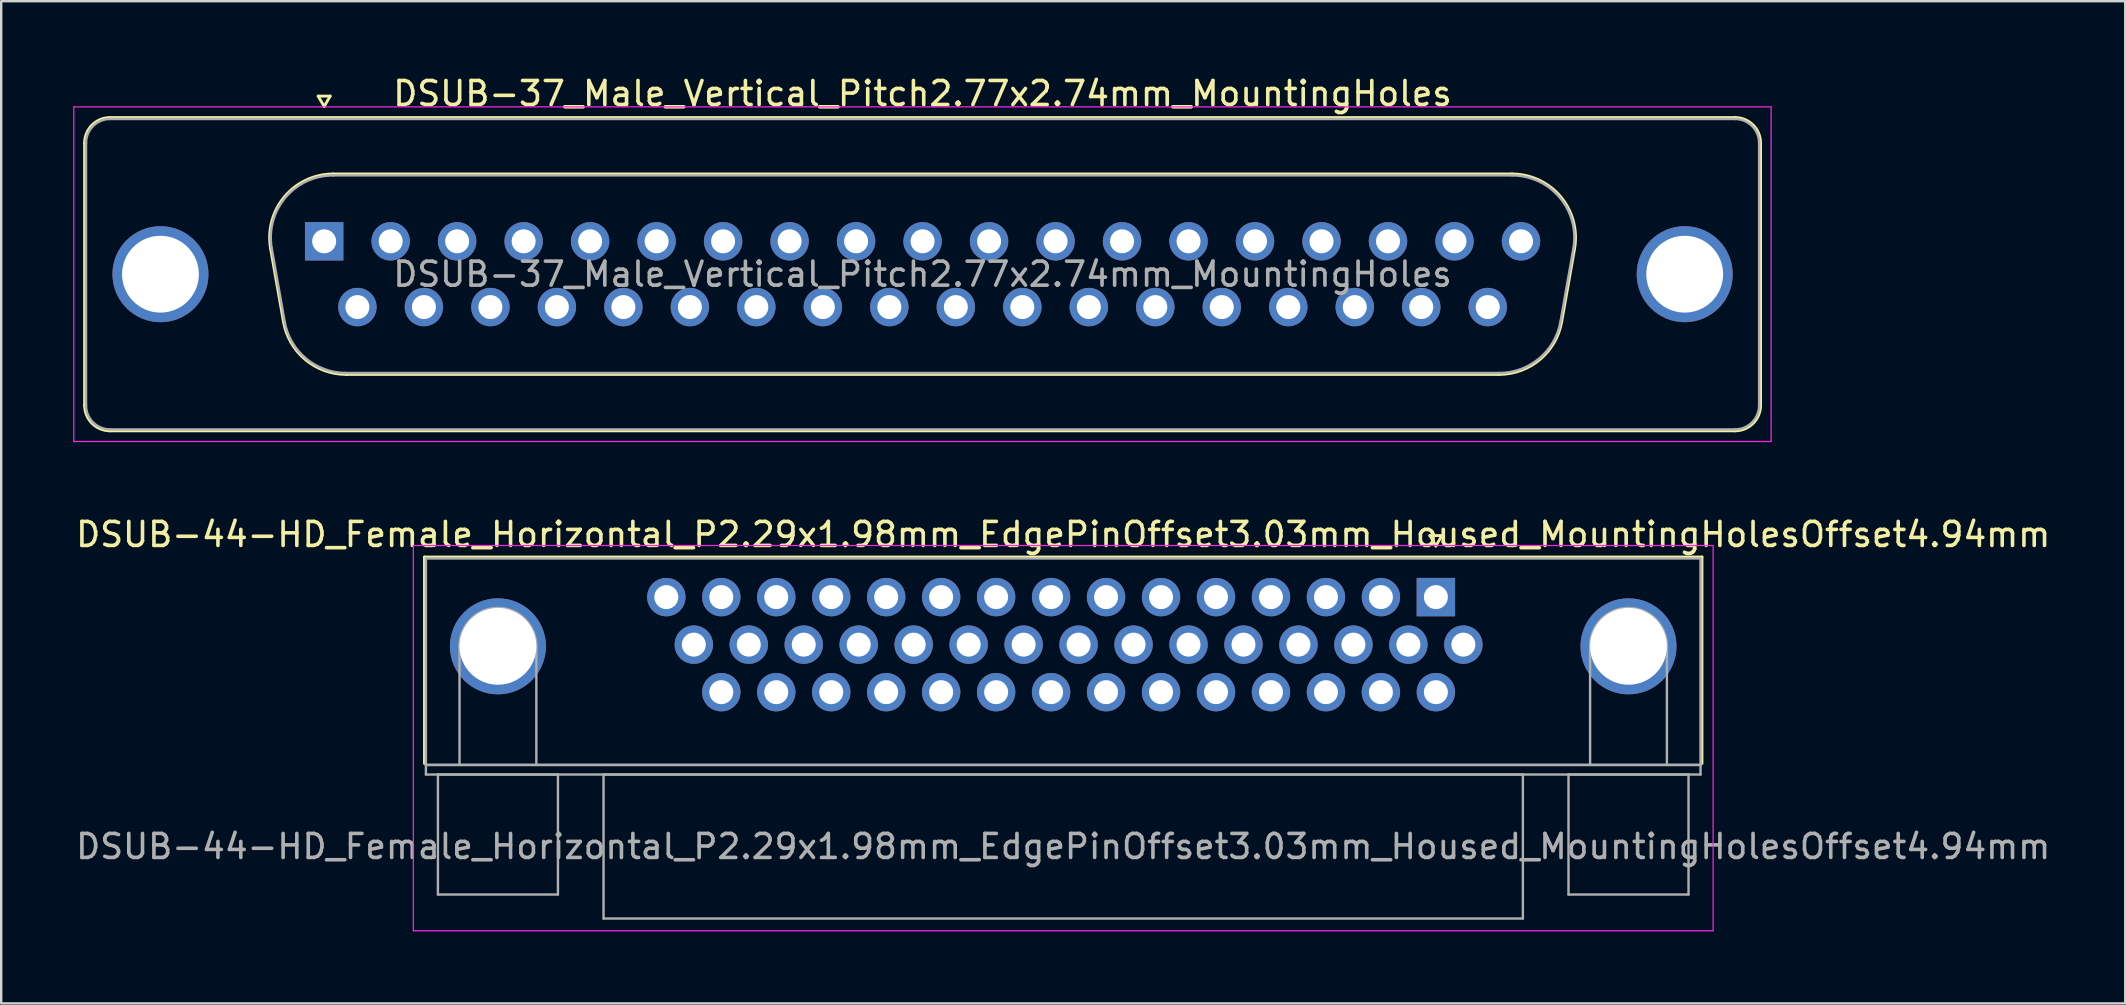
<source format=kicad_pcb>
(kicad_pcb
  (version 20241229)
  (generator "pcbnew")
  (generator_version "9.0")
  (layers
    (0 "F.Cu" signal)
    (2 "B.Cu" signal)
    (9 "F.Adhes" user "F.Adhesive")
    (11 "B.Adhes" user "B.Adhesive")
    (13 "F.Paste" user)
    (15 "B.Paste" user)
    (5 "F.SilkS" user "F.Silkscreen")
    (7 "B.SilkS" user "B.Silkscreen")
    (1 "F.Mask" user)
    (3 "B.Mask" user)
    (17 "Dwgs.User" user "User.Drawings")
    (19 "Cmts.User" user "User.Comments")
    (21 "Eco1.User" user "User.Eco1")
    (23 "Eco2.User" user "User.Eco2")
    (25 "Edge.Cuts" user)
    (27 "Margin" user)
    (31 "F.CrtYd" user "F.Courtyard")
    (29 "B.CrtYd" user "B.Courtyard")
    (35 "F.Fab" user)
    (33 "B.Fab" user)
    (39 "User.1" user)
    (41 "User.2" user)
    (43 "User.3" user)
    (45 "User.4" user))
  (footprint "DSUB-37_Male_Vertical_Pitch2.77x2.74mm_MountingHoles"
    (layer "F.Cu")
    (at 10.455 7.003)
    (property "Reference" "DSUB-37_Male_Vertical_Pitch2.77x2.74mm_MountingHoles" (at 24.93 -6.155 0) (layer "F.SilkS") (effects (font (size 1 1) (thickness 0.15))))
    (attr through_hole)
    (fp_line (start -9.98 6.835) (end -9.98 -4.095) (stroke (width 0.12) (type solid)) (layer "F.SilkS"))
    (fp_line (start -8.92 -5.155) (end 58.78 -5.155) (stroke (width 0.12) (type solid)) (layer "F.SilkS"))
    (fp_line (start -2.232 0.305) (end -1.694 3.355) (stroke (width 0.12) (type solid)) (layer "F.SilkS"))
    (fp_line (start -0.25 -6.049) (end 0.25 -6.049) (stroke (width 0.12) (type solid)) (layer "F.SilkS"))
    (fp_line (start 0 -5.616) (end -0.25 -6.049) (stroke (width 0.12) (type solid)) (layer "F.SilkS"))
    (fp_line (start 0.25 -6.049) (end 0 -5.616) (stroke (width 0.12) (type solid)) (layer "F.SilkS"))
    (fp_line (start 0.378 -2.805) (end 49.482 -2.805) (stroke (width 0.12) (type solid)) (layer "F.SilkS"))
    (fp_line (start 0.916 5.545) (end 48.944 5.545) (stroke (width 0.12) (type solid)) (layer "F.SilkS"))
    (fp_line (start 52.092 0.305) (end 51.554 3.355) (stroke (width 0.12) (type solid)) (layer "F.SilkS"))
    (fp_line (start 58.78 7.895) (end -8.92 7.895) (stroke (width 0.12) (type solid)) (layer "F.SilkS"))
    (fp_line (start 59.84 -4.095) (end 59.84 6.835) (stroke (width 0.12) (type solid)) (layer "F.SilkS"))
    (fp_arc (start -9.98 -4.095) (mid -9.669533 -4.844533) (end -8.92 -5.155) (stroke (width 0.12) (type solid)) (layer "F.SilkS"))
    (fp_arc (start -8.92 7.895) (mid -9.669533 7.584533) (end -9.98 6.835) (stroke (width 0.12) (type solid)) (layer "F.SilkS"))
    (fp_arc (start -2.231594 0.305168) (mid -1.651871 -1.858387) (end 0.378147 -2.805) (stroke (width 0.12) (type solid)) (layer "F.SilkS"))
    (fp_arc (start 0.915944 5.545) (mid -0.787443 4.925018) (end -1.693797 3.355168) (stroke (width 0.12) (type solid)) (layer "F.SilkS"))
    (fp_arc (start 49.481853 -2.805) (mid 51.511871 -1.858387) (end 52.091594 0.305168) (stroke (width 0.12) (type solid)) (layer "F.SilkS"))
    (fp_arc (start 51.553797 3.355168) (mid 50.647443 4.925018) (end 48.944056 5.545) (stroke (width 0.12) (type solid)) (layer "F.SilkS"))
    (fp_arc (start 58.78 -5.155) (mid 59.529533 -4.844533) (end 59.84 -4.095) (stroke (width 0.12) (type solid)) (layer "F.SilkS"))
    (fp_arc (start 59.84 6.835) (mid 59.529533 7.584533) (end 58.78 7.895) (stroke (width 0.12) (type solid)) (layer "F.SilkS"))
    (fp_line (start -10.43 -5.6) (end -10.43 8.34) (stroke (width 0.05) (type solid)) (layer "F.CrtYd"))
    (fp_line (start -10.43 8.34) (end 60.28 8.34) (stroke (width 0.05) (type solid)) (layer "F.CrtYd"))
    (fp_line (start 60.28 -5.6) (end -10.43 -5.6) (stroke (width 0.05) (type solid)) (layer "F.CrtYd"))
    (fp_line (start 60.28 8.34) (end 60.28 -5.6) (stroke (width 0.05) (type solid)) (layer "F.CrtYd"))
    (fp_line (start -9.92 6.835) (end -9.92 -4.095) (stroke (width 0.1) (type solid)) (layer "F.Fab"))
    (fp_line (start -8.92 -5.095) (end 58.78 -5.095) (stroke (width 0.1) (type solid)) (layer "F.Fab"))
    (fp_line (start -2.184 0.295) (end -1.646 3.345) (stroke (width 0.1) (type solid)) (layer "F.Fab"))
    (fp_line (start 0.367 -2.745) (end 49.493 -2.745) (stroke (width 0.1) (type solid)) (layer "F.Fab"))
    (fp_line (start 0.904 5.485) (end 48.956 5.485) (stroke (width 0.1) (type solid)) (layer "F.Fab"))
    (fp_line (start 52.044 0.295) (end 51.506 3.345) (stroke (width 0.1) (type solid)) (layer "F.Fab"))
    (fp_line (start 58.78 7.835) (end -8.92 7.835) (stroke (width 0.1) (type solid)) (layer "F.Fab"))
    (fp_line (start 59.78 -4.095) (end 59.78 6.835) (stroke (width 0.1) (type solid)) (layer "F.Fab"))
    (fp_arc (start -9.92 -4.095) (mid -9.627107 -4.802107) (end -8.92 -5.095) (stroke (width 0.1) (type solid)) (layer "F.Fab"))
    (fp_arc (start -8.92 7.835) (mid -9.627107 7.542107) (end -9.92 6.835) (stroke (width 0.1) (type solid)) (layer "F.Fab"))
    (fp_arc (start -2.18401 0.294749) (mid -1.617413 -1.81982) (end 0.366642 -2.745) (stroke (width 0.1) (type solid)) (layer "F.Fab"))
    (fp_arc (start 0.904439 5.485) (mid -0.760381 4.879055) (end -1.646213 3.344749) (stroke (width 0.1) (type solid)) (layer "F.Fab"))
    (fp_arc (start 49.493358 -2.745) (mid 51.477413 -1.81982) (end 52.04401 0.294749) (stroke (width 0.1) (type solid)) (layer "F.Fab"))
    (fp_arc (start 51.506213 3.344749) (mid 50.620381 4.879055) (end 48.955561 5.485) (stroke (width 0.1) (type solid)) (layer "F.Fab"))
    (fp_arc (start 58.78 -5.095) (mid 59.487107 -4.802107) (end 59.78 -4.095) (stroke (width 0.1) (type solid)) (layer "F.Fab"))
    (fp_arc (start 59.78 6.835) (mid 59.487107 7.542107) (end 58.78 7.835) (stroke (width 0.1) (type solid)) (layer "F.Fab"))
    (fp_text user "${REFERENCE}" (at 24.93 1.37 0) (layer "F.Fab") (effects (font (size 1 1) (thickness 0.15))))
    (pad "0" thru_hole circle (at -6.82 1.37) (size 4 4) (drill 3.2) (layers "*.Cu" "*.Mask"))
    (pad "0" thru_hole circle (at 56.68 1.37) (size 4 4) (drill 3.2) (layers "*.Cu" "*.Mask"))
    (pad "1" thru_hole rect (at 0 0) (size 1.6 1.6) (drill 1) (layers "*.Cu" "*.Mask"))
    (pad "2" thru_hole circle (at 2.77 0) (size 1.6 1.6) (drill 1) (layers "*.Cu" "*.Mask"))
    (pad "3" thru_hole circle (at 5.54 0) (size 1.6 1.6) (drill 1) (layers "*.Cu" "*.Mask"))
    (pad "4" thru_hole circle (at 8.31 0) (size 1.6 1.6) (drill 1) (layers "*.Cu" "*.Mask"))
    (pad "5" thru_hole circle (at 11.08 0) (size 1.6 1.6) (drill 1) (layers "*.Cu" "*.Mask"))
    (pad "6" thru_hole circle (at 13.85 0) (size 1.6 1.6) (drill 1) (layers "*.Cu" "*.Mask"))
    (pad "7" thru_hole circle (at 16.62 0) (size 1.6 1.6) (drill 1) (layers "*.Cu" "*.Mask"))
    (pad "8" thru_hole circle (at 19.39 0) (size 1.6 1.6) (drill 1) (layers "*.Cu" "*.Mask"))
    (pad "9" thru_hole circle (at 22.16 0) (size 1.6 1.6) (drill 1) (layers "*.Cu" "*.Mask"))
    (pad "10" thru_hole circle (at 24.93 0) (size 1.6 1.6) (drill 1) (layers "*.Cu" "*.Mask"))
    (pad "11" thru_hole circle (at 27.7 0) (size 1.6 1.6) (drill 1) (layers "*.Cu" "*.Mask"))
    (pad "12" thru_hole circle (at 30.47 0) (size 1.6 1.6) (drill 1) (layers "*.Cu" "*.Mask"))
    (pad "13" thru_hole circle (at 33.24 0) (size 1.6 1.6) (drill 1) (layers "*.Cu" "*.Mask"))
    (pad "14" thru_hole circle (at 36.01 0) (size 1.6 1.6) (drill 1) (layers "*.Cu" "*.Mask"))
    (pad "15" thru_hole circle (at 38.78 0) (size 1.6 1.6) (drill 1) (layers "*.Cu" "*.Mask"))
    (pad "16" thru_hole circle (at 41.55 0) (size 1.6 1.6) (drill 1) (layers "*.Cu" "*.Mask"))
    (pad "17" thru_hole circle (at 44.32 0) (size 1.6 1.6) (drill 1) (layers "*.Cu" "*.Mask"))
    (pad "18" thru_hole circle (at 47.09 0) (size 1.6 1.6) (drill 1) (layers "*.Cu" "*.Mask"))
    (pad "19" thru_hole circle (at 49.86 0) (size 1.6 1.6) (drill 1) (layers "*.Cu" "*.Mask"))
    (pad "20" thru_hole circle (at 1.385 2.74) (size 1.6 1.6) (drill 1) (layers "*.Cu" "*.Mask"))
    (pad "21" thru_hole circle (at 4.155 2.74) (size 1.6 1.6) (drill 1) (layers "*.Cu" "*.Mask"))
    (pad "22" thru_hole circle (at 6.925 2.74) (size 1.6 1.6) (drill 1) (layers "*.Cu" "*.Mask"))
    (pad "23" thru_hole circle (at 9.695 2.74) (size 1.6 1.6) (drill 1) (layers "*.Cu" "*.Mask"))
    (pad "24" thru_hole circle (at 12.465 2.74) (size 1.6 1.6) (drill 1) (layers "*.Cu" "*.Mask"))
    (pad "25" thru_hole circle (at 15.235 2.74) (size 1.6 1.6) (drill 1) (layers "*.Cu" "*.Mask"))
    (pad "26" thru_hole circle (at 18.005 2.74) (size 1.6 1.6) (drill 1) (layers "*.Cu" "*.Mask"))
    (pad "27" thru_hole circle (at 20.775 2.74) (size 1.6 1.6) (drill 1) (layers "*.Cu" "*.Mask"))
    (pad "28" thru_hole circle (at 23.545 2.74) (size 1.6 1.6) (drill 1) (layers "*.Cu" "*.Mask"))
    (pad "29" thru_hole circle (at 26.315 2.74) (size 1.6 1.6) (drill 1) (layers "*.Cu" "*.Mask"))
    (pad "30" thru_hole circle (at 29.085 2.74) (size 1.6 1.6) (drill 1) (layers "*.Cu" "*.Mask"))
    (pad "31" thru_hole circle (at 31.855 2.74) (size 1.6 1.6) (drill 1) (layers "*.Cu" "*.Mask"))
    (pad "32" thru_hole circle (at 34.625 2.74) (size 1.6 1.6) (drill 1) (layers "*.Cu" "*.Mask"))
    (pad "33" thru_hole circle (at 37.395 2.74) (size 1.6 1.6) (drill 1) (layers "*.Cu" "*.Mask"))
    (pad "34" thru_hole circle (at 40.165 2.74) (size 1.6 1.6) (drill 1) (layers "*.Cu" "*.Mask"))
    (pad "35" thru_hole circle (at 42.935 2.74) (size 1.6 1.6) (drill 1) (layers "*.Cu" "*.Mask"))
    (pad "36" thru_hole circle (at 45.705 2.74) (size 1.6 1.6) (drill 1) (layers "*.Cu" "*.Mask"))
    (pad "37" thru_hole circle (at 48.475 2.74) (size 1.6 1.6) (drill 1) (layers "*.Cu" "*.Mask")))
  (footprint "DSUB-44-HD_Female_Horizontal_P2.29x1.98mm_EdgePinOffset3.03mm_Housed_MountingHolesOffset4.94mm"
    (layer "F.Cu")
    (at 56.769 21.826)
    (property "Reference" "DSUB-44-HD_Female_Horizontal_P2.29x1.98mm_EdgePinOffset3.03mm_Housed_MountingHolesOffset4.94mm" (at -15.525 -2.61 0) (layer "F.SilkS") (effects (font (size 1 1) (thickness 0.15))))
    (attr through_hole)
    (fp_line (start -42.135 -1.67) (end 11.085 -1.67) (stroke (width 0.12) (type solid)) (layer "F.SilkS"))
    (fp_line (start -42.135 6.93) (end -42.135 -1.67) (stroke (width 0.12) (type solid)) (layer "F.SilkS"))
    (fp_line (start -0.25 -2.564) (end 0.25 -2.564) (stroke (width 0.12) (type solid)) (layer "F.SilkS"))
    (fp_line (start 0 -2.131) (end -0.25 -2.564) (stroke (width 0.12) (type solid)) (layer "F.SilkS"))
    (fp_line (start 0.25 -2.564) (end 0 -2.131) (stroke (width 0.12) (type solid)) (layer "F.SilkS"))
    (fp_line (start 11.085 -1.67) (end 11.085 6.93) (stroke (width 0.12) (type solid)) (layer "F.SilkS"))
    (fp_line (start -42.6 -2.15) (end -42.6 13.9) (stroke (width 0.05) (type solid)) (layer "F.CrtYd"))
    (fp_line (start -42.6 13.9) (end 11.55 13.9) (stroke (width 0.05) (type solid)) (layer "F.CrtYd"))
    (fp_line (start 11.55 -2.15) (end -42.6 -2.15) (stroke (width 0.05) (type solid)) (layer "F.CrtYd"))
    (fp_line (start 11.55 13.9) (end 11.55 -2.15) (stroke (width 0.05) (type solid)) (layer "F.CrtYd"))
    (fp_line (start -42.075 -1.61) (end -42.075 6.99) (stroke (width 0.1) (type solid)) (layer "F.Fab"))
    (fp_line (start -42.075 6.99) (end -42.075 7.39) (stroke (width 0.1) (type solid)) (layer "F.Fab"))
    (fp_line (start -42.075 6.99) (end 11.025 6.99) (stroke (width 0.1) (type solid)) (layer "F.Fab"))
    (fp_line (start -42.075 7.39) (end 11.025 7.39) (stroke (width 0.1) (type solid)) (layer "F.Fab"))
    (fp_line (start -41.575 7.39) (end -41.575 12.39) (stroke (width 0.1) (type solid)) (layer "F.Fab"))
    (fp_line (start -41.575 12.39) (end -36.575 12.39) (stroke (width 0.1) (type solid)) (layer "F.Fab"))
    (fp_line (start -40.675 6.99) (end -40.675 2.05) (stroke (width 0.1) (type solid)) (layer "F.Fab"))
    (fp_line (start -37.475 6.99) (end -37.475 2.05) (stroke (width 0.1) (type solid)) (layer "F.Fab"))
    (fp_line (start -36.575 7.39) (end -41.575 7.39) (stroke (width 0.1) (type solid)) (layer "F.Fab"))
    (fp_line (start -36.575 12.39) (end -36.575 7.39) (stroke (width 0.1) (type solid)) (layer "F.Fab"))
    (fp_line (start -34.675 7.39) (end -34.675 13.39) (stroke (width 0.1) (type solid)) (layer "F.Fab"))
    (fp_line (start -34.675 13.39) (end 3.625 13.39) (stroke (width 0.1) (type solid)) (layer "F.Fab"))
    (fp_line (start 3.625 7.39) (end -34.675 7.39) (stroke (width 0.1) (type solid)) (layer "F.Fab"))
    (fp_line (start 3.625 13.39) (end 3.625 7.39) (stroke (width 0.1) (type solid)) (layer "F.Fab"))
    (fp_line (start 5.525 7.39) (end 5.525 12.39) (stroke (width 0.1) (type solid)) (layer "F.Fab"))
    (fp_line (start 5.525 12.39) (end 10.525 12.39) (stroke (width 0.1) (type solid)) (layer "F.Fab"))
    (fp_line (start 6.425 6.99) (end 6.425 2.05) (stroke (width 0.1) (type solid)) (layer "F.Fab"))
    (fp_line (start 9.625 6.99) (end 9.625 2.05) (stroke (width 0.1) (type solid)) (layer "F.Fab"))
    (fp_line (start 10.525 7.39) (end 5.525 7.39) (stroke (width 0.1) (type solid)) (layer "F.Fab"))
    (fp_line (start 10.525 12.39) (end 10.525 7.39) (stroke (width 0.1) (type solid)) (layer "F.Fab"))
    (fp_line (start 11.025 -1.61) (end -42.075 -1.61) (stroke (width 0.1) (type solid)) (layer "F.Fab"))
    (fp_line (start 11.025 6.99) (end -42.075 6.99) (stroke (width 0.1) (type solid)) (layer "F.Fab"))
    (fp_line (start 11.025 6.99) (end 11.025 -1.61) (stroke (width 0.1) (type solid)) (layer "F.Fab"))
    (fp_line (start 11.025 7.39) (end 11.025 6.99) (stroke (width 0.1) (type solid)) (layer "F.Fab"))
    (fp_arc (start -40.675 2.05) (mid -39.075 0.45) (end -37.475 2.05) (stroke (width 0.1) (type solid)) (layer "F.Fab"))
    (fp_arc (start 6.425 2.05) (mid 8.025 0.45) (end 9.625 2.05) (stroke (width 0.1) (type solid)) (layer "F.Fab"))
    (fp_text user "${REFERENCE}" (at -15.525 10.39 0) (layer "F.Fab") (effects (font (size 1 1) (thickness 0.15))))
    (pad "0" thru_hole circle (at -39.075 2.05) (size 4 4) (drill 3.2) (layers "*.Cu" "*.Mask"))
    (pad "0" thru_hole circle (at 8.025 2.05) (size 4 4) (drill 3.2) (layers "*.Cu" "*.Mask"))
    (pad "1" thru_hole rect (at 0 0) (size 1.6 1.6) (drill 1) (layers "*.Cu" "*.Mask"))
    (pad "2" thru_hole circle (at -2.29 0) (size 1.6 1.6) (drill 1) (layers "*.Cu" "*.Mask"))
    (pad "3" thru_hole circle (at -4.58 0) (size 1.6 1.6) (drill 1) (layers "*.Cu" "*.Mask"))
    (pad "4" thru_hole circle (at -6.87 0) (size 1.6 1.6) (drill 1) (layers "*.Cu" "*.Mask"))
    (pad "5" thru_hole circle (at -9.16 0) (size 1.6 1.6) (drill 1) (layers "*.Cu" "*.Mask"))
    (pad "6" thru_hole circle (at -11.45 0) (size 1.6 1.6) (drill 1) (layers "*.Cu" "*.Mask"))
    (pad "7" thru_hole circle (at -13.74 0) (size 1.6 1.6) (drill 1) (layers "*.Cu" "*.Mask"))
    (pad "8" thru_hole circle (at -16.03 0) (size 1.6 1.6) (drill 1) (layers "*.Cu" "*.Mask"))
    (pad "9" thru_hole circle (at -18.32 0) (size 1.6 1.6) (drill 1) (layers "*.Cu" "*.Mask"))
    (pad "10" thru_hole circle (at -20.61 0) (size 1.6 1.6) (drill 1) (layers "*.Cu" "*.Mask"))
    (pad "11" thru_hole circle (at -22.9 0) (size 1.6 1.6) (drill 1) (layers "*.Cu" "*.Mask"))
    (pad "12" thru_hole circle (at -25.19 0) (size 1.6 1.6) (drill 1) (layers "*.Cu" "*.Mask"))
    (pad "13" thru_hole circle (at -27.48 0) (size 1.6 1.6) (drill 1) (layers "*.Cu" "*.Mask"))
    (pad "14" thru_hole circle (at -29.77 0) (size 1.6 1.6) (drill 1) (layers "*.Cu" "*.Mask"))
    (pad "15" thru_hole circle (at -32.06 0) (size 1.6 1.6) (drill 1) (layers "*.Cu" "*.Mask"))
    (pad "16" thru_hole circle (at 1.145 1.98) (size 1.6 1.6) (drill 1) (layers "*.Cu" "*.Mask"))
    (pad "17" thru_hole circle (at -1.145 1.98) (size 1.6 1.6) (drill 1) (layers "*.Cu" "*.Mask"))
    (pad "18" thru_hole circle (at -3.435 1.98) (size 1.6 1.6) (drill 1) (layers "*.Cu" "*.Mask"))
    (pad "19" thru_hole circle (at -5.725 1.98) (size 1.6 1.6) (drill 1) (layers "*.Cu" "*.Mask"))
    (pad "20" thru_hole circle (at -8.015 1.98) (size 1.6 1.6) (drill 1) (layers "*.Cu" "*.Mask"))
    (pad "21" thru_hole circle (at -10.305 1.98) (size 1.6 1.6) (drill 1) (layers "*.Cu" "*.Mask"))
    (pad "22" thru_hole circle (at -12.595 1.98) (size 1.6 1.6) (drill 1) (layers "*.Cu" "*.Mask"))
    (pad "23" thru_hole circle (at -14.885 1.98) (size 1.6 1.6) (drill 1) (layers "*.Cu" "*.Mask"))
    (pad "24" thru_hole circle (at -17.175 1.98) (size 1.6 1.6) (drill 1) (layers "*.Cu" "*.Mask"))
    (pad "25" thru_hole circle (at -19.465 1.98) (size 1.6 1.6) (drill 1) (layers "*.Cu" "*.Mask"))
    (pad "26" thru_hole circle (at -21.755 1.98) (size 1.6 1.6) (drill 1) (layers "*.Cu" "*.Mask"))
    (pad "27" thru_hole circle (at -24.045 1.98) (size 1.6 1.6) (drill 1) (layers "*.Cu" "*.Mask"))
    (pad "28" thru_hole circle (at -26.335 1.98) (size 1.6 1.6) (drill 1) (layers "*.Cu" "*.Mask"))
    (pad "29" thru_hole circle (at -28.625 1.98) (size 1.6 1.6) (drill 1) (layers "*.Cu" "*.Mask"))
    (pad "30" thru_hole circle (at -30.915 1.98) (size 1.6 1.6) (drill 1) (layers "*.Cu" "*.Mask"))
    (pad "31" thru_hole circle (at 0 3.96) (size 1.6 1.6) (drill 1) (layers "*.Cu" "*.Mask"))
    (pad "32" thru_hole circle (at -2.29 3.96) (size 1.6 1.6) (drill 1) (layers "*.Cu" "*.Mask"))
    (pad "33" thru_hole circle (at -4.58 3.96) (size 1.6 1.6) (drill 1) (layers "*.Cu" "*.Mask"))
    (pad "34" thru_hole circle (at -6.87 3.96) (size 1.6 1.6) (drill 1) (layers "*.Cu" "*.Mask"))
    (pad "35" thru_hole circle (at -9.16 3.96) (size 1.6 1.6) (drill 1) (layers "*.Cu" "*.Mask"))
    (pad "36" thru_hole circle (at -11.45 3.96) (size 1.6 1.6) (drill 1) (layers "*.Cu" "*.Mask"))
    (pad "37" thru_hole circle (at -13.74 3.96) (size 1.6 1.6) (drill 1) (layers "*.Cu" "*.Mask"))
    (pad "38" thru_hole circle (at -16.03 3.96) (size 1.6 1.6) (drill 1) (layers "*.Cu" "*.Mask"))
    (pad "39" thru_hole circle (at -18.32 3.96) (size 1.6 1.6) (drill 1) (layers "*.Cu" "*.Mask"))
    (pad "40" thru_hole circle (at -20.61 3.96) (size 1.6 1.6) (drill 1) (layers "*.Cu" "*.Mask"))
    (pad "41" thru_hole circle (at -22.9 3.96) (size 1.6 1.6) (drill 1) (layers "*.Cu" "*.Mask"))
    (pad "42" thru_hole circle (at -25.19 3.96) (size 1.6 1.6) (drill 1) (layers "*.Cu" "*.Mask"))
    (pad "43" thru_hole circle (at -27.48 3.96) (size 1.6 1.6) (drill 1) (layers "*.Cu" "*.Mask"))
    (pad "44" thru_hole circle (at -29.77 3.96) (size 1.6 1.6) (drill 1) (layers "*.Cu" "*.Mask")))
  (gr_rect
    (start -3 -3)
    (end 85.488 38.752)
    (stroke (width 0.1) (type default))
    (fill no)
    (layer "Edge.Cuts")))
</source>
